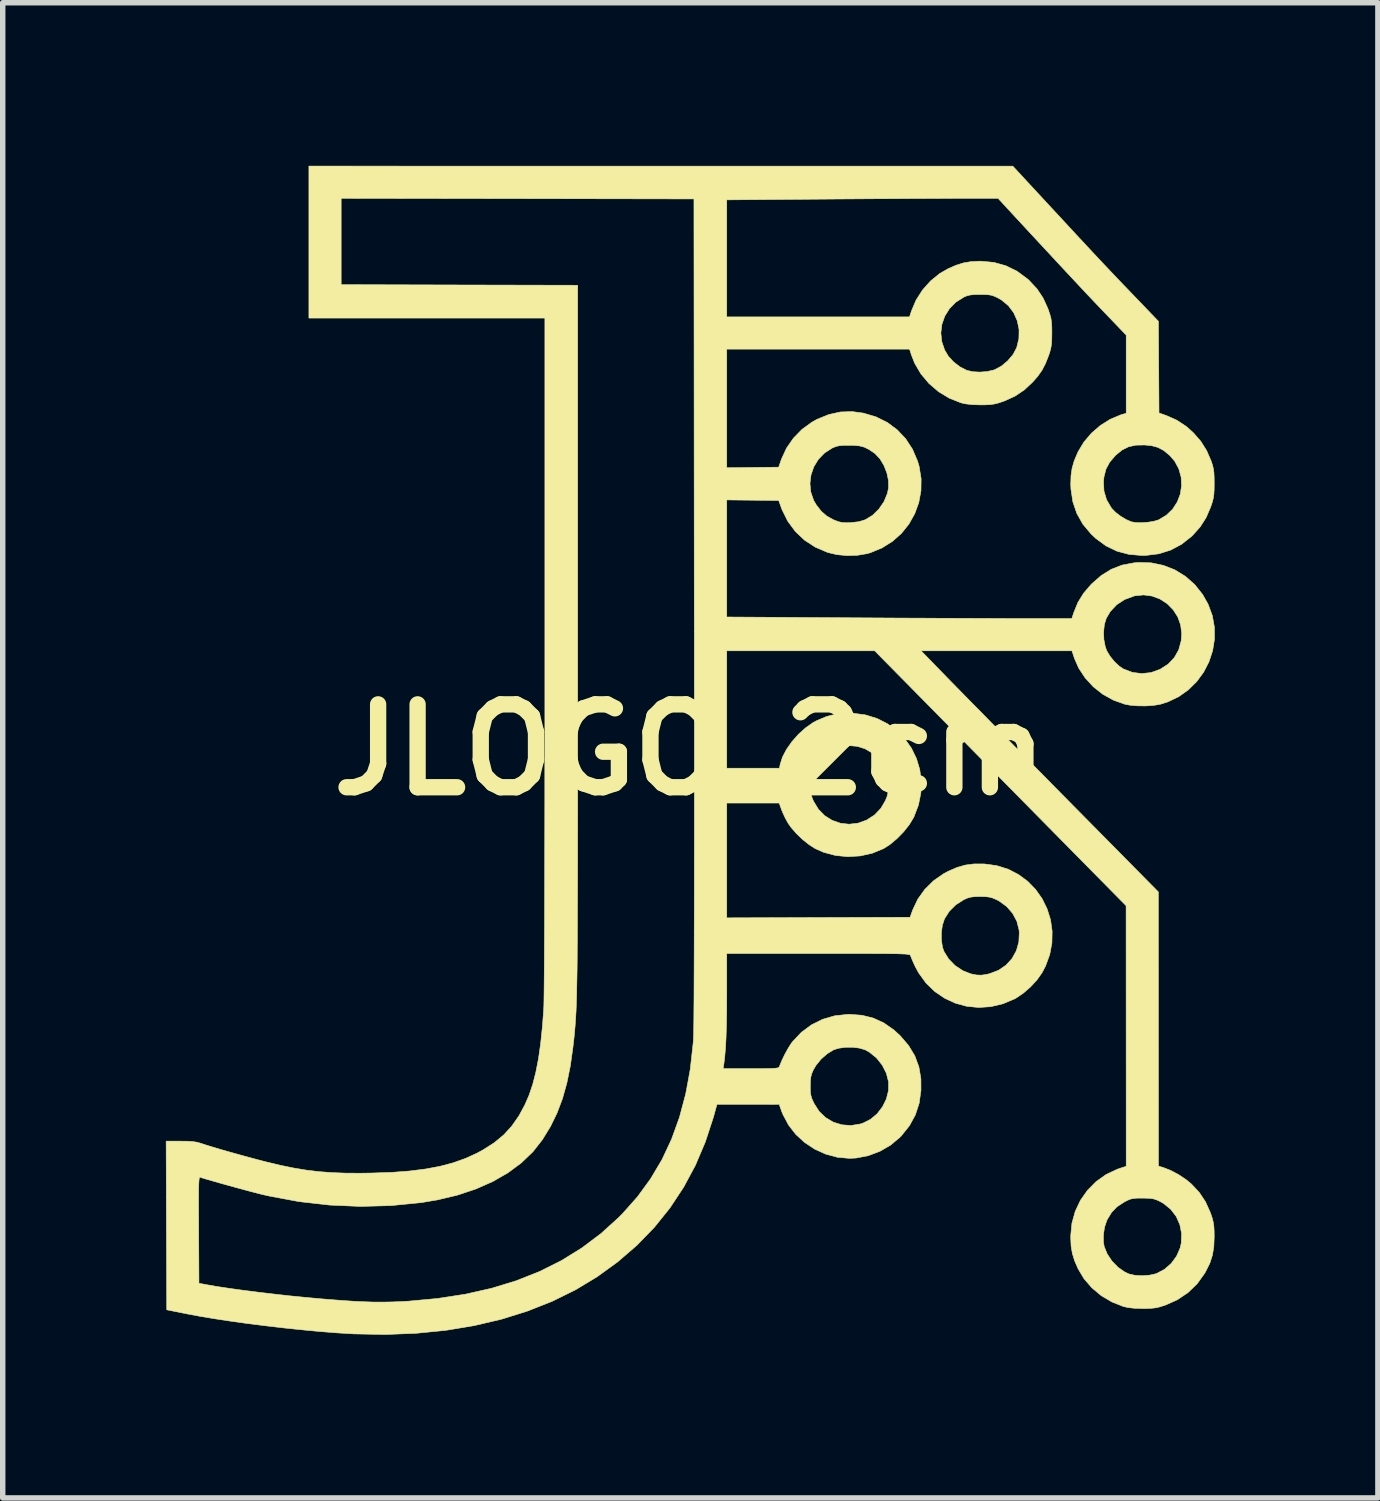
<source format=kicad_pcb>
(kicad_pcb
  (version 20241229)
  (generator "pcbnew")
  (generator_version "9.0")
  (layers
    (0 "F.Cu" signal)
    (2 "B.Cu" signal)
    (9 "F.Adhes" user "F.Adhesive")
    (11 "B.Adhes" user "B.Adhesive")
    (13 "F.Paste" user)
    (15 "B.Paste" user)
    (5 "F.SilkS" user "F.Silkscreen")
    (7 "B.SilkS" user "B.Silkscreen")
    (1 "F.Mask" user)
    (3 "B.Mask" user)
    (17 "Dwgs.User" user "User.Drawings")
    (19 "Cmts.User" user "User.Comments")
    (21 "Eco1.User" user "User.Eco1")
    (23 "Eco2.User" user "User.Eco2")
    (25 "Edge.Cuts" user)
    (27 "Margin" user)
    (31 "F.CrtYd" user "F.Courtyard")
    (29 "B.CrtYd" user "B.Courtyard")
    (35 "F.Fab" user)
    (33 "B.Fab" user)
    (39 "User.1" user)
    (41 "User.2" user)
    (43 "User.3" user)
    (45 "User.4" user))
  (footprint "JLOGO_2cm"
    (layer "F.Cu")
    (at 9.636 10.736)
    (property "Reference" "JLOGO_2cm" (at 0 0 0) (layer "F.SilkS") (effects (font (size 1.524 1.524) (thickness 0.3))))
    (attr through_hole)
    (fp_poly (pts (xy -0.534 -10.731) (xy 5.937 -10.731) (xy 6.646 -9.965) (xy 6.841 -9.755) (xy 7.01 -9.572) (xy 7.157 -9.413) (xy 7.286 -9.275) (xy 7.4 -9.152) (xy 7.502 -9.043) (xy 7.595 -8.944) (xy 7.684 -8.85) (xy 7.771 -8.758) (xy 7.86 -8.664) (xy 7.955 -8.565) (xy 8.058 -8.458) (xy 8.173 -8.338) (xy 8.174 -8.337) (xy 8.614 -7.879) (xy 8.625 -6.193) (xy 8.763 -6.144) (xy 8.956 -6.058) (xy 9.128 -5.944) (xy 9.257 -5.828) (xy 9.394 -5.671) (xy 9.501 -5.501) (xy 9.584 -5.309) (xy 9.609 -5.234) (xy 9.625 -5.167) (xy 9.635 -5.095) (xy 9.639 -5.004) (xy 9.64 -4.9) (xy 9.639 -4.785) (xy 9.634 -4.699) (xy 9.624 -4.628) (xy 9.607 -4.559) (xy 9.58 -4.478) (xy 9.576 -4.465) (xy 9.491 -4.268) (xy 9.382 -4.098) (xy 9.242 -3.941) (xy 9.222 -3.922) (xy 9.038 -3.777) (xy 8.838 -3.671) (xy 8.622 -3.603) (xy 8.388 -3.574) (xy 8.308 -3.572) (xy 8.071 -3.593) (xy 7.853 -3.651) (xy 7.651 -3.748) (xy 7.464 -3.885) (xy 7.377 -3.967) (xy 7.226 -4.147) (xy 7.114 -4.345) (xy 7.041 -4.559) (xy 7.006 -4.791) (xy 7.002 -4.882) (xy 7.004 -4.932) (xy 7.604 -4.932) (xy 7.613 -4.757) (xy 7.661 -4.596) (xy 7.75 -4.445) (xy 7.755 -4.439) (xy 7.824 -4.367) (xy 7.918 -4.295) (xy 8.021 -4.233) (xy 8.117 -4.191) (xy 8.117 -4.191) (xy 8.198 -4.177) (xy 8.304 -4.175) (xy 8.418 -4.183) (xy 8.526 -4.2) (xy 8.612 -4.225) (xy 8.619 -4.228) (xy 8.761 -4.313) (xy 8.876 -4.424) (xy 8.961 -4.556) (xy 9.017 -4.702) (xy 9.04 -4.856) (xy 9.032 -5.012) (xy 8.99 -5.164) (xy 8.914 -5.306) (xy 8.823 -5.411) (xy 8.716 -5.5) (xy 8.61 -5.558) (xy 8.489 -5.591) (xy 8.361 -5.604) (xy 8.2 -5.601) (xy 8.065 -5.571) (xy 7.945 -5.511) (xy 7.83 -5.417) (xy 7.824 -5.411) (xy 7.719 -5.289) (xy 7.65 -5.161) (xy 7.613 -5.016) (xy 7.604 -4.932) (xy 7.004 -4.932) (xy 7.007 -5.04) (xy 7.027 -5.177) (xy 7.065 -5.309) (xy 7.126 -5.455) (xy 7.137 -5.479) (xy 7.243 -5.656) (xy 7.382 -5.82) (xy 7.546 -5.962) (xy 7.727 -6.076) (xy 7.917 -6.156) (xy 7.932 -6.161) (xy 8.022 -6.187) (xy 8.022 -7.624) (xy 7.623 -8.04) (xy 7.535 -8.132) (xy 7.448 -8.223) (xy 7.36 -8.316) (xy 7.268 -8.414) (xy 7.17 -8.518) (xy 7.062 -8.634) (xy 6.942 -8.762) (xy 6.807 -8.907) (xy 6.655 -9.071) (xy 6.483 -9.256) (xy 6.288 -9.466) (xy 6.068 -9.704) (xy 6.013 -9.763) (xy 5.666 -10.139) (xy 4.997 -10.139) (xy 4.87 -10.139) (xy 4.706 -10.138) (xy 4.508 -10.137) (xy 4.282 -10.136) (xy 4.033 -10.135) (xy 3.766 -10.133) (xy 3.484 -10.132) (xy 3.193 -10.13) (xy 2.898 -10.128) (xy 2.603 -10.126) (xy 2.503 -10.125) (xy 0.677 -10.111) (xy 0.677 -7.959) (xy 4.038 -7.959) (xy 4.074 -8.07) (xy 4.158 -8.268) (xy 4.277 -8.454) (xy 4.424 -8.619) (xy 4.592 -8.756) (xy 4.745 -8.844) (xy 4.896 -8.91) (xy 5.031 -8.952) (xy 5.167 -8.975) (xy 5.32 -8.983) (xy 5.355 -8.983) (xy 5.59 -8.961) (xy 5.811 -8.899) (xy 6.016 -8.798) (xy 6.206 -8.658) (xy 6.237 -8.63) (xy 6.382 -8.474) (xy 6.494 -8.306) (xy 6.582 -8.113) (xy 6.591 -8.087) (xy 6.62 -8) (xy 6.639 -7.928) (xy 6.649 -7.856) (xy 6.654 -7.769) (xy 6.655 -7.662) (xy 6.653 -7.546) (xy 6.648 -7.458) (xy 6.636 -7.384) (xy 6.616 -7.309) (xy 6.597 -7.252) (xy 6.538 -7.102) (xy 6.473 -6.977) (xy 6.392 -6.863) (xy 6.302 -6.76) (xy 6.146 -6.615) (xy 5.979 -6.503) (xy 5.787 -6.415) (xy 5.758 -6.405) (xy 5.669 -6.375) (xy 5.594 -6.357) (xy 5.518 -6.346) (xy 5.426 -6.342) (xy 5.345 -6.341) (xy 5.191 -6.346) (xy 5.069 -6.36) (xy 4.985 -6.379) (xy 4.768 -6.465) (xy 4.57 -6.585) (xy 4.395 -6.735) (xy 4.248 -6.91) (xy 4.133 -7.106) (xy 4.074 -7.255) (xy 4.038 -7.366) (xy 0.677 -7.366) (xy 0.677 -5.185) (xy 1.155 -5.191) (xy 1.632 -5.196) (xy 1.683 -5.344) (xy 1.775 -5.544) (xy 1.902 -5.728) (xy 2.06 -5.89) (xy 2.242 -6.023) (xy 2.339 -6.077) (xy 2.554 -6.164) (xy 2.767 -6.211) (xy 2.983 -6.218) (xy 3.189 -6.19) (xy 3.419 -6.122) (xy 3.628 -6.019) (xy 3.811 -5.883) (xy 3.967 -5.718) (xy 4.093 -5.525) (xy 4.186 -5.307) (xy 4.214 -5.212) (xy 4.251 -4.985) (xy 4.248 -4.761) (xy 4.208 -4.545) (xy 4.133 -4.339) (xy 4.026 -4.149) (xy 3.889 -3.978) (xy 3.723 -3.831) (xy 3.533 -3.712) (xy 3.321 -3.624) (xy 3.258 -3.606) (xy 3.082 -3.576) (xy 2.89 -3.57) (xy 2.7 -3.588) (xy 2.53 -3.629) (xy 2.304 -3.726) (xy 2.107 -3.854) (xy 1.938 -4.014) (xy 1.799 -4.202) (xy 1.692 -4.418) (xy 1.672 -4.473) (xy 1.633 -4.583) (xy 0.677 -4.594) (xy 0.677 -2.441) (xy 2.916 -2.427) (xy 3.244 -2.425) (xy 3.577 -2.423) (xy 3.91 -2.421) (xy 4.238 -2.42) (xy 4.558 -2.418) (xy 4.864 -2.417) (xy 5.152 -2.416) (xy 5.418 -2.415) (xy 5.656 -2.414) (xy 5.863 -2.413) (xy 6.034 -2.413) (xy 6.088 -2.413) (xy 7.022 -2.413) (xy 7.059 -2.524) (xy 7.135 -2.711) (xy 7.24 -2.88) (xy 7.379 -3.042) (xy 7.386 -3.049) (xy 7.563 -3.204) (xy 7.747 -3.318) (xy 7.944 -3.395) (xy 8.159 -3.436) (xy 8.244 -3.444) (xy 8.481 -3.437) (xy 8.707 -3.39) (xy 8.918 -3.307) (xy 9.111 -3.188) (xy 9.282 -3.037) (xy 9.427 -2.855) (xy 9.528 -2.676) (xy 9.606 -2.465) (xy 9.644 -2.249) (xy 9.645 -2.033) (xy 9.611 -1.821) (xy 9.544 -1.618) (xy 9.446 -1.427) (xy 9.319 -1.254) (xy 9.165 -1.102) (xy 8.986 -0.975) (xy 8.784 -0.879) (xy 8.647 -0.836) (xy 8.528 -0.816) (xy 8.386 -0.806) (xy 8.236 -0.807) (xy 8.095 -0.819) (xy 7.995 -0.838) (xy 7.787 -0.912) (xy 7.592 -1.02) (xy 7.417 -1.158) (xy 7.268 -1.32) (xy 7.148 -1.502) (xy 7.07 -1.681) (xy 7.024 -1.82) (xy 4.249 -1.82) (xy 4.717 -1.339) (xy 4.796 -1.258) (xy 4.901 -1.151) (xy 5.031 -1.018) (xy 5.183 -0.863) (xy 5.355 -0.689) (xy 5.543 -0.497) (xy 5.745 -0.292) (xy 5.959 -0.074) (xy 6.182 0.152) (xy 6.412 0.384) (xy 6.645 0.621) (xy 6.879 0.858) (xy 6.899 0.878) (xy 8.613 2.614) (xy 8.614 5.135) (xy 8.615 7.656) (xy 8.705 7.682) (xy 8.84 7.735) (xy 8.985 7.812) (xy 9.123 7.904) (xy 9.222 7.986) (xy 9.367 8.142) (xy 9.479 8.31) (xy 9.566 8.503) (xy 9.576 8.529) (xy 9.605 8.616) (xy 9.623 8.69) (xy 9.634 8.764) (xy 9.639 8.854) (xy 9.64 8.954) (xy 9.633 9.136) (xy 9.607 9.294) (xy 9.559 9.442) (xy 9.484 9.593) (xy 9.462 9.631) (xy 9.326 9.82) (xy 9.159 9.981) (xy 8.963 10.113) (xy 8.741 10.212) (xy 8.731 10.215) (xy 8.644 10.243) (xy 8.568 10.261) (xy 8.488 10.27) (xy 8.387 10.274) (xy 8.329 10.274) (xy 8.177 10.27) (xy 8.057 10.257) (xy 7.969 10.237) (xy 7.758 10.153) (xy 7.562 10.037) (xy 7.39 9.893) (xy 7.246 9.726) (xy 7.138 9.545) (xy 7.073 9.396) (xy 7.032 9.263) (xy 7.009 9.128) (xy 7.005 9.048) (xy 7.603 9.048) (xy 7.617 9.134) (xy 7.673 9.272) (xy 7.761 9.403) (xy 7.871 9.516) (xy 7.995 9.603) (xy 8.075 9.64) (xy 8.185 9.664) (xy 8.316 9.671) (xy 8.45 9.661) (xy 8.568 9.635) (xy 8.581 9.63) (xy 8.726 9.554) (xy 8.85 9.445) (xy 8.948 9.312) (xy 9.014 9.161) (xy 9.034 9.072) (xy 9.041 8.899) (xy 9.009 8.734) (xy 8.942 8.582) (xy 8.841 8.45) (xy 8.71 8.343) (xy 8.639 8.303) (xy 8.576 8.275) (xy 8.519 8.257) (xy 8.453 8.248) (xy 8.366 8.245) (xy 8.319 8.244) (xy 8.221 8.245) (xy 8.152 8.251) (xy 8.098 8.263) (xy 8.043 8.286) (xy 7.984 8.317) (xy 7.854 8.402) (xy 7.754 8.505) (xy 7.675 8.636) (xy 7.665 8.656) (xy 7.624 8.778) (xy 7.603 8.915) (xy 7.603 9.048) (xy 7.005 9.048) (xy 7.002 8.974) (xy 7.002 8.934) (xy 7.024 8.705) (xy 7.085 8.487) (xy 7.181 8.284) (xy 7.31 8.101) (xy 7.467 7.942) (xy 7.651 7.811) (xy 7.858 7.713) (xy 7.911 7.695) (xy 8.022 7.659) (xy 8.02 2.868) (xy 5.708 0.524) (xy 3.397 -1.82) (xy 2.037 -1.82) (xy 0.677 -1.82) (xy 0.677 0.339) (xy 1.646 0.339) (xy 1.66 0.266) (xy 1.702 0.134) (xy 1.776 -0.007) (xy 1.876 -0.149) (xy 1.995 -0.284) (xy 2.127 -0.403) (xy 2.265 -0.5) (xy 2.328 -0.534) (xy 2.511 -0.611) (xy 2.687 -0.656) (xy 2.872 -0.674) (xy 2.995 -0.672) (xy 3.227 -0.641) (xy 3.441 -0.575) (xy 3.634 -0.477) (xy 3.806 -0.35) (xy 3.953 -0.199) (xy 4.073 -0.028) (xy 4.165 0.161) (xy 4.226 0.364) (xy 4.253 0.576) (xy 4.246 0.795) (xy 4.202 1.016) (xy 4.118 1.236) (xy 4.111 1.249) (xy 4.035 1.375) (xy 3.931 1.507) (xy 3.809 1.632) (xy 3.682 1.739) (xy 3.563 1.816) (xy 3.355 1.902) (xy 3.133 1.952) (xy 2.905 1.966) (xy 2.678 1.944) (xy 2.459 1.886) (xy 2.301 1.816) (xy 2.191 1.745) (xy 2.072 1.65) (xy 1.958 1.541) (xy 1.861 1.43) (xy 1.802 1.346) (xy 1.753 1.256) (xy 1.706 1.155) (xy 1.682 1.095) (xy 1.635 0.963) (xy 1.156 0.957) (xy 0.677 0.952) (xy 0.677 3.091) (xy 2.362 3.085) (xy 4.048 3.08) (xy 4.096 2.946) (xy 4.19 2.747) (xy 4.32 2.566) (xy 4.48 2.408) (xy 4.667 2.278) (xy 4.752 2.233) (xy 4.914 2.163) (xy 5.064 2.12) (xy 5.22 2.1) (xy 5.396 2.099) (xy 5.414 2.1) (xy 5.642 2.131) (xy 5.853 2.197) (xy 6.044 2.296) (xy 6.213 2.421) (xy 6.358 2.571) (xy 6.478 2.742) (xy 6.569 2.929) (xy 6.631 3.128) (xy 6.66 3.337) (xy 6.656 3.551) (xy 6.616 3.766) (xy 6.538 3.979) (xy 6.473 4.102) (xy 6.382 4.231) (xy 6.264 4.359) (xy 6.131 4.475) (xy 5.998 4.565) (xy 5.974 4.579) (xy 5.755 4.671) (xy 5.532 4.724) (xy 5.309 4.739) (xy 5.09 4.717) (xy 4.88 4.66) (xy 4.682 4.568) (xy 4.5 4.444) (xy 4.34 4.288) (xy 4.205 4.102) (xy 4.142 3.985) (xy 4.106 3.907) (xy 4.077 3.839) (xy 4.059 3.794) (xy 4.058 3.79) (xy 4.056 3.782) (xy 4.05 3.775) (xy 4.04 3.769) (xy 4.021 3.764) (xy 3.992 3.76) (xy 3.949 3.756) (xy 3.889 3.754) (xy 3.81 3.751) (xy 3.71 3.75) (xy 3.585 3.748) (xy 3.432 3.748) (xy 3.249 3.747) (xy 3.033 3.747) (xy 2.782 3.747) (xy 2.492 3.747) (xy 2.362 3.747) (xy 0.677 3.747) (xy 0.677 4.482) (xy 0.676 4.793) (xy 0.671 5.064) (xy 0.664 5.297) (xy 0.653 5.494) (xy 0.639 5.657) (xy 0.623 5.784) (xy 0.61 5.863) (xy 1.121 5.863) (xy 1.281 5.863) (xy 1.405 5.862) (xy 1.496 5.86) (xy 1.56 5.857) (xy 1.602 5.852) (xy 1.627 5.845) (xy 1.64 5.835) (xy 1.644 5.826) (xy 1.687 5.721) (xy 1.742 5.605) (xy 1.804 5.493) (xy 1.862 5.4) (xy 1.885 5.37) (xy 2.048 5.197) (xy 2.235 5.058) (xy 2.441 4.956) (xy 2.665 4.891) (xy 2.901 4.866) (xy 2.933 4.865) (xy 3.163 4.882) (xy 3.372 4.934) (xy 3.564 5.022) (xy 3.745 5.148) (xy 3.865 5.257) (xy 4.02 5.438) (xy 4.135 5.628) (xy 4.21 5.831) (xy 4.247 6.05) (xy 4.248 6.263) (xy 4.215 6.499) (xy 4.145 6.714) (xy 4.036 6.913) (xy 3.888 7.098) (xy 3.862 7.125) (xy 3.689 7.27) (xy 3.492 7.384) (xy 3.279 7.464) (xy 3.057 7.507) (xy 2.932 7.513) (xy 2.71 7.493) (xy 2.496 7.435) (xy 2.293 7.343) (xy 2.108 7.22) (xy 1.945 7.071) (xy 1.811 6.897) (xy 1.709 6.704) (xy 1.688 6.652) (xy 1.641 6.519) (xy 1.069 6.52) (xy 0.497 6.52) (xy 0.431 6.759) (xy 0.283 7.211) (xy 0.101 7.64) (xy -0.116 8.044) (xy -0.367 8.424) (xy -0.653 8.78) (xy -0.974 9.111) (xy -1.329 9.417) (xy -1.704 9.689) (xy -2.103 9.93) (xy -2.531 10.141) (xy -2.986 10.321) (xy -3.465 10.471) (xy -3.968 10.589) (xy -4.492 10.676) (xy -5.037 10.73) (xy -5.599 10.752) (xy -6.178 10.741) (xy -6.234 10.738) (xy -6.506 10.721) (xy -6.805 10.697) (xy -7.123 10.667) (xy -7.452 10.633) (xy -7.785 10.594) (xy -8.114 10.553) (xy -8.431 10.509) (xy -8.729 10.464) (xy -9 10.419) (xy -9.237 10.375) (xy -9.238 10.375) (xy -9.62 10.298) (xy -9.626 8.747) (xy -9.627 8.358) (xy -9.035 8.358) (xy -9.034 8.54) (xy -9.033 8.76) (xy -9.033 8.829) (xy -9.028 9.81) (xy -8.89 9.836) (xy -8.7 9.869) (xy -8.475 9.903) (xy -8.222 9.938) (xy -7.948 9.973) (xy -7.661 10.007) (xy -7.368 10.04) (xy -7.075 10.069) (xy -6.791 10.095) (xy -6.657 10.106) (xy -6.401 10.126) (xy -6.179 10.141) (xy -5.983 10.15) (xy -5.805 10.156) (xy -5.636 10.156) (xy -5.469 10.153) (xy -5.296 10.146) (xy -5.175 10.139) (xy -4.635 10.089) (xy -4.125 10.01) (xy -3.643 9.901) (xy -3.189 9.762) (xy -2.763 9.593) (xy -2.362 9.392) (xy -1.987 9.16) (xy -1.636 8.896) (xy -1.309 8.6) (xy -1.237 8.527) (xy -0.963 8.218) (xy -0.722 7.887) (xy -0.513 7.535) (xy -0.337 7.159) (xy -0.192 6.757) (xy -0.078 6.329) (xy -0.05 6.181) (xy 2.213 6.181) (xy 2.214 6.276) (xy 2.222 6.346) (xy 2.239 6.408) (xy 2.27 6.478) (xy 2.282 6.503) (xy 2.375 6.649) (xy 2.495 6.764) (xy 2.637 6.848) (xy 2.793 6.896) (xy 2.959 6.909) (xy 3.13 6.882) (xy 3.181 6.866) (xy 3.32 6.796) (xy 3.442 6.694) (xy 3.54 6.566) (xy 3.612 6.422) (xy 3.651 6.267) (xy 3.653 6.111) (xy 3.652 6.106) (xy 3.612 5.948) (xy 3.536 5.799) (xy 3.431 5.667) (xy 3.302 5.562) (xy 3.221 5.517) (xy 3.117 5.486) (xy 2.991 5.47) (xy 2.857 5.471) (xy 2.732 5.489) (xy 2.641 5.518) (xy 2.525 5.589) (xy 2.412 5.688) (xy 2.319 5.802) (xy 2.271 5.882) (xy 2.241 5.952) (xy 2.223 6.017) (xy 2.215 6.095) (xy 2.213 6.181) (xy -0.05 6.181) (xy 0.006 5.874) (xy 0.06 5.389) (xy 0.063 5.345) (xy 0.066 5.297) (xy 0.068 5.219) (xy 0.07 5.109) (xy 0.072 4.968) (xy 0.073 4.794) (xy 0.075 4.587) (xy 0.076 4.347) (xy 0.077 4.072) (xy 0.078 3.763) (xy 0.079 3.418) (xy 0.079 3.362) (xy 4.623 3.362) (xy 4.624 3.502) (xy 4.644 3.631) (xy 4.67 3.707) (xy 4.757 3.847) (xy 4.875 3.968) (xy 5.016 4.062) (xy 5.163 4.12) (xy 5.265 4.141) (xy 5.357 4.145) (xy 5.458 4.13) (xy 5.515 4.116) (xy 5.676 4.054) (xy 5.813 3.96) (xy 5.923 3.839) (xy 6.002 3.696) (xy 6.048 3.535) (xy 6.056 3.362) (xy 6.051 3.308) (xy 6.011 3.153) (xy 5.934 3.009) (xy 5.825 2.883) (xy 5.689 2.784) (xy 5.634 2.755) (xy 5.563 2.725) (xy 5.497 2.708) (xy 5.418 2.7) (xy 5.334 2.699) (xy 5.236 2.701) (xy 5.163 2.71) (xy 5.1 2.728) (xy 5.034 2.758) (xy 4.89 2.85) (xy 4.769 2.97) (xy 4.68 3.11) (xy 4.68 3.111) (xy 4.642 3.227) (xy 4.623 3.362) (xy 0.079 3.362) (xy 0.08 3.038) (xy 0.081 2.62) (xy 0.081 2.166) (xy 0.082 1.673) (xy 0.082 1.143) (xy 0.082 0.645) (xy 2.212 0.645) (xy 2.215 0.745) (xy 2.227 0.821) (xy 2.25 0.894) (xy 2.273 0.947) (xy 2.362 1.094) (xy 2.478 1.212) (xy 2.615 1.298) (xy 2.767 1.351) (xy 2.927 1.369) (xy 3.091 1.35) (xy 3.247 1.294) (xy 3.394 1.2) (xy 3.511 1.077) (xy 3.595 0.934) (xy 3.626 0.857) (xy 3.643 0.784) (xy 3.65 0.694) (xy 3.651 0.645) (xy 3.649 0.551) (xy 3.639 0.48) (xy 3.619 0.415) (xy 3.582 0.335) (xy 3.582 0.335) (xy 3.489 0.187) (xy 3.368 0.07) (xy 3.22 -0.018) (xy 3.076 -0.063) (xy 2.919 -0.077) (xy 2.763 -0.058) (xy 2.643 -0.018) (xy 2.492 0.073) (xy 2.372 0.191) (xy 2.281 0.335) (xy 2.244 0.415) (xy 2.224 0.481) (xy 2.214 0.552) (xy 2.212 0.645) (xy 0.082 0.645) (xy 0.082 0.573) (xy 0.082 -0.037) (xy 0.082 -0.686) (xy 0.081 -1.376) (xy 0.081 -2.108) (xy 0.081 -2.17) (xy 7.606 -2.17) (xy 7.611 -2.03) (xy 7.636 -1.899) (xy 7.664 -1.82) (xy 7.725 -1.719) (xy 7.805 -1.62) (xy 7.894 -1.537) (xy 7.968 -1.487) (xy 8.134 -1.423) (xy 8.305 -1.401) (xy 8.477 -1.419) (xy 8.645 -1.479) (xy 8.645 -1.479) (xy 8.793 -1.574) (xy 8.907 -1.694) (xy 8.988 -1.838) (xy 9.033 -2.004) (xy 9.043 -2.132) (xy 9.023 -2.295) (xy 8.969 -2.444) (xy 8.884 -2.576) (xy 8.774 -2.687) (xy 8.644 -2.771) (xy 8.498 -2.826) (xy 8.343 -2.847) (xy 8.183 -2.831) (xy 8.168 -2.827) (xy 7.994 -2.763) (xy 7.848 -2.668) (xy 7.73 -2.543) (xy 7.655 -2.416) (xy 7.621 -2.304) (xy 7.606 -2.17) (xy 0.081 -2.17) (xy 0.08 -2.551) (xy 0.078 -4.896) (xy 2.207 -4.896) (xy 2.222 -4.739) (xy 2.274 -4.587) (xy 2.325 -4.5) (xy 2.416 -4.384) (xy 2.515 -4.298) (xy 2.635 -4.231) (xy 2.663 -4.219) (xy 2.736 -4.192) (xy 2.803 -4.178) (xy 2.881 -4.174) (xy 2.953 -4.176) (xy 3.105 -4.193) (xy 3.221 -4.228) (xy 3.357 -4.31) (xy 3.475 -4.425) (xy 3.569 -4.563) (xy 3.631 -4.714) (xy 3.652 -4.815) (xy 3.651 -4.948) (xy 3.622 -5.088) (xy 3.568 -5.226) (xy 3.495 -5.348) (xy 3.407 -5.442) (xy 3.392 -5.454) (xy 3.295 -5.52) (xy 3.209 -5.563) (xy 3.118 -5.587) (xy 3.009 -5.597) (xy 2.932 -5.598) (xy 2.827 -5.597) (xy 2.752 -5.591) (xy 2.694 -5.579) (xy 2.639 -5.558) (xy 2.615 -5.547) (xy 2.474 -5.456) (xy 2.361 -5.339) (xy 2.278 -5.203) (xy 2.226 -5.053) (xy 2.207 -4.896) (xy 0.078 -4.896) (xy 0.076 -7.664) (xy 4.614 -7.664) (xy 4.631 -7.504) (xy 4.684 -7.349) (xy 4.752 -7.235) (xy 4.848 -7.131) (xy 4.968 -7.039) (xy 5.094 -6.975) (xy 5.096 -6.975) (xy 5.202 -6.951) (xy 5.329 -6.944) (xy 5.462 -6.954) (xy 5.581 -6.981) (xy 5.603 -6.988) (xy 5.728 -7.055) (xy 5.844 -7.152) (xy 5.942 -7.268) (xy 6.008 -7.393) (xy 6.008 -7.393) (xy 6.049 -7.56) (xy 6.052 -7.726) (xy 6.019 -7.887) (xy 5.953 -8.036) (xy 5.855 -8.166) (xy 5.728 -8.271) (xy 5.656 -8.312) (xy 5.592 -8.341) (xy 5.535 -8.359) (xy 5.471 -8.368) (xy 5.385 -8.371) (xy 5.334 -8.371) (xy 5.229 -8.369) (xy 5.154 -8.362) (xy 5.094 -8.347) (xy 5.037 -8.324) (xy 5.035 -8.322) (xy 4.888 -8.229) (xy 4.772 -8.11) (xy 4.686 -7.973) (xy 4.633 -7.822) (xy 4.614 -7.664) (xy 0.076 -7.664) (xy 0.074 -10.128) (xy -3.17 -10.134) (xy -6.413 -10.139) (xy -6.413 -8.552) (xy -4.239 -8.546) (xy -2.064 -8.541) (xy -2.064 -2.032) (xy -2.064 -1.399) (xy -2.064 -0.807) (xy -2.064 -0.255) (xy -2.064 0.26) (xy -2.064 0.739) (xy -2.064 1.183) (xy -2.065 1.594) (xy -2.065 1.973) (xy -2.066 2.322) (xy -2.067 2.642) (xy -2.068 2.935) (xy -2.069 3.203) (xy -2.07 3.447) (xy -2.072 3.668) (xy -2.073 3.868) (xy -2.075 4.049) (xy -2.078 4.211) (xy -2.081 4.358) (xy -2.083 4.489) (xy -2.087 4.608) (xy -2.09 4.714) (xy -2.094 4.81) (xy -2.099 4.897) (xy -2.104 4.977) (xy -2.109 5.051) (xy -2.115 5.121) (xy -2.121 5.188) (xy -2.127 5.255) (xy -2.134 5.321) (xy -2.142 5.39) (xy -2.15 5.461) (xy -2.199 5.812) (xy -2.263 6.128) (xy -2.344 6.416) (xy -2.444 6.681) (xy -2.564 6.927) (xy -2.708 7.162) (xy -2.711 7.167) (xy -2.888 7.393) (xy -3.101 7.597) (xy -3.348 7.78) (xy -3.627 7.94) (xy -3.938 8.077) (xy -4.277 8.19) (xy -4.644 8.277) (xy -4.942 8.327) (xy -5.498 8.382) (xy -6.061 8.397) (xy -6.627 8.372) (xy -7.191 8.308) (xy -7.747 8.204) (xy -7.895 8.17) (xy -7.978 8.148) (xy -8.087 8.12) (xy -8.213 8.086) (xy -8.35 8.049) (xy -8.49 8.01) (xy -8.627 7.972) (xy -8.753 7.936) (xy -8.862 7.905) (xy -8.946 7.88) (xy -8.998 7.863) (xy -9.007 7.86) (xy -9.014 7.861) (xy -9.021 7.873) (xy -9.025 7.899) (xy -9.029 7.942) (xy -9.032 8.006) (xy -9.034 8.095) (xy -9.035 8.211) (xy -9.035 8.358) (xy -9.627 8.358) (xy -9.631 7.197) (xy -9.37 7.197) (xy -9.243 7.198) (xy -9.148 7.204) (xy -9.072 7.215) (xy -9.004 7.233) (xy -8.983 7.24) (xy -8.891 7.27) (xy -8.766 7.308) (xy -8.616 7.353) (xy -8.45 7.4) (xy -8.275 7.449) (xy -8.1 7.497) (xy -7.932 7.542) (xy -7.8 7.576) (xy -7.535 7.64) (xy -7.291 7.69) (xy -7.057 7.729) (xy -6.825 7.757) (xy -6.586 7.775) (xy -6.329 7.785) (xy -6.045 7.786) (xy -5.847 7.783) (xy -5.483 7.771) (xy -5.157 7.746) (xy -4.862 7.709) (xy -4.595 7.659) (xy -4.351 7.594) (xy -4.126 7.514) (xy -3.916 7.418) (xy -3.805 7.358) (xy -3.598 7.226) (xy -3.424 7.082) (xy -3.275 6.919) (xy -3.143 6.729) (xy -3.035 6.529) (xy -2.958 6.352) (xy -2.891 6.154) (xy -2.834 5.932) (xy -2.785 5.683) (xy -2.745 5.402) (xy -2.712 5.086) (xy -2.689 4.773) (xy -2.686 4.715) (xy -2.684 4.614) (xy -2.682 4.472) (xy -2.68 4.289) (xy -2.678 4.066) (xy -2.676 3.803) (xy -2.675 3.502) (xy -2.673 3.161) (xy -2.672 2.782) (xy -2.671 2.366) (xy -2.67 1.912) (xy -2.669 1.422) (xy -2.668 0.896) (xy -2.668 0.335) (xy -2.667 -0.262) (xy -2.667 -0.893) (xy -2.667 -1.558) (xy -2.667 -1.751) (xy -2.667 -7.938) (xy -7.006 -7.938) (xy -7.006 -10.732) (xy -0.534 -10.731)) (stroke (width 0.01) (type solid)) (fill yes) (layer "F.SilkS")))
  (gr_rect
    (start -3 -3)
    (end 22.286 24.493)
    (stroke (width 0.1) (type default))
    (fill no)
    (layer "Edge.Cuts")))
</source>
